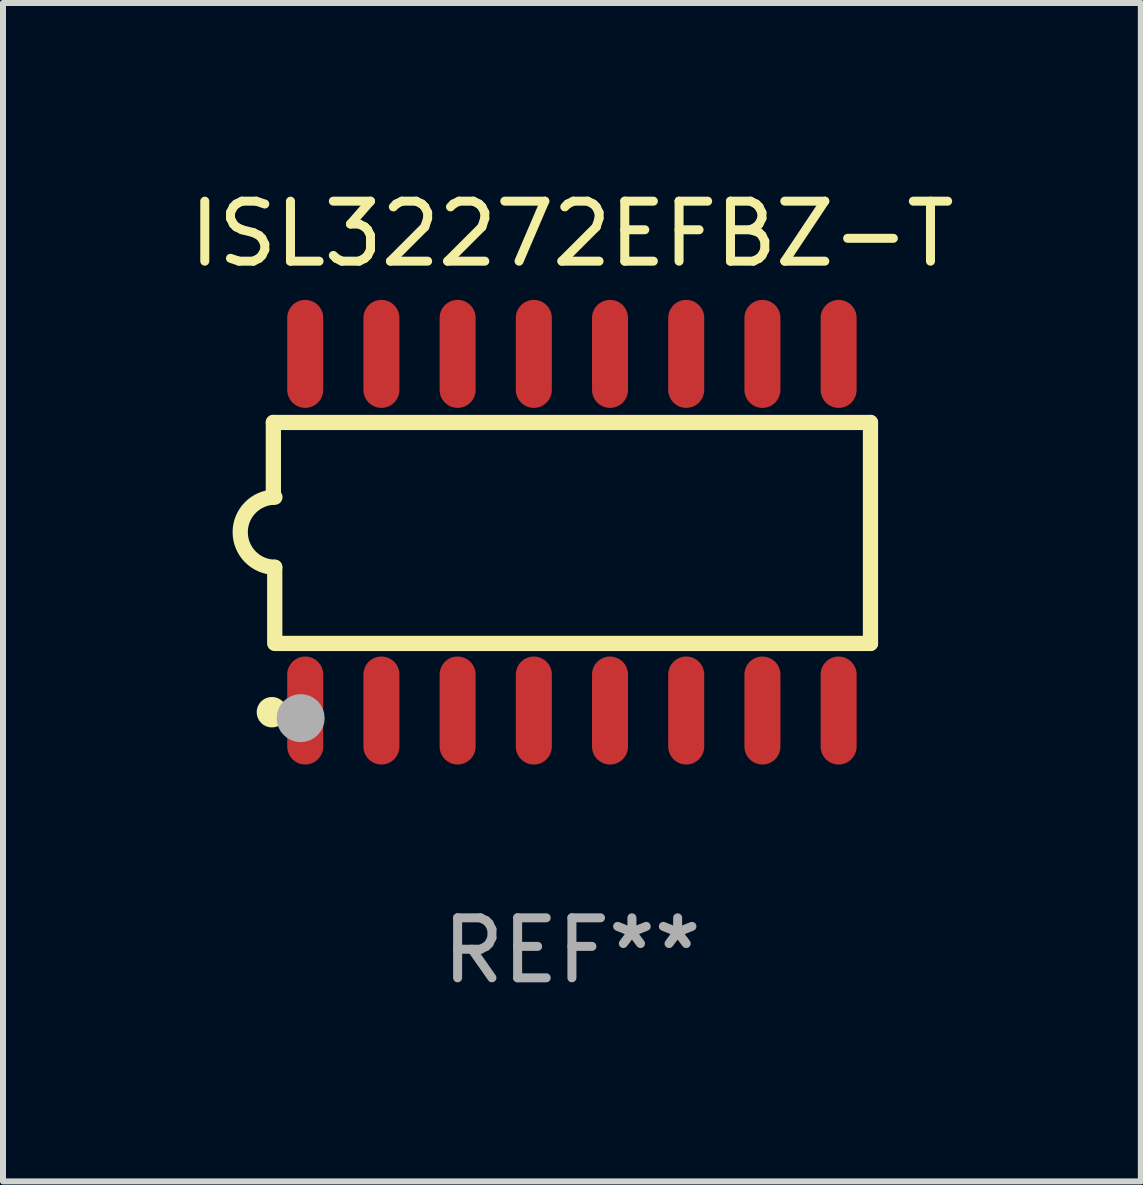
<source format=kicad_pcb>
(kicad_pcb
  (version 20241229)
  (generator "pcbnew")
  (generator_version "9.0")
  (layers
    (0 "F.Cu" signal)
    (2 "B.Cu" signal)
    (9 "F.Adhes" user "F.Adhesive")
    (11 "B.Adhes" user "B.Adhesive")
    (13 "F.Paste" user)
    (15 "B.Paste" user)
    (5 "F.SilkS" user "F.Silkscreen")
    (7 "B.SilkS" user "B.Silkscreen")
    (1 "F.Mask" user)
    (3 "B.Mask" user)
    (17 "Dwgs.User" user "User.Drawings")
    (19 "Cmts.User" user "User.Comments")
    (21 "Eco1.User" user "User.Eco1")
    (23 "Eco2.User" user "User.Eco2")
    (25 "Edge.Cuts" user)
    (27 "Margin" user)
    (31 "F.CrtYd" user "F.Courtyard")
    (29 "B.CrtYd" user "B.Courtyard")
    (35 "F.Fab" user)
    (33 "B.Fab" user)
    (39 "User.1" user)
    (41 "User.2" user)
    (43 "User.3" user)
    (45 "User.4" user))
  (footprint "ISL32272EFBZ-T"
    (layer "F.Cu")
    (at 6.482 5.82)
    (property "Reference" "ISL32272EFBZ-T" (at 0 -4.972 0) (layer "F.SilkS") (effects (font (size 1 1) (thickness 0.15))))
    (attr through_hole)
    (fp_line (start -4.976 -1.829) (end -4.976 -0.584) (stroke (width 0.254) (type solid)) (layer "F.SilkS"))
    (fp_line (start -4.953 0.584) (end -4.953 1.854) (stroke (width 0.254) (type solid)) (layer "F.SilkS"))
    (fp_line (start -4.928 1.854) (end 4.976 1.854) (stroke (width 0.254) (type solid)) (layer "F.SilkS"))
    (fp_line (start 4.976 -1.829) (end -4.976 -1.829) (stroke (width 0.254) (type solid)) (layer "F.SilkS"))
    (fp_line (start 4.976 1.854) (end 4.976 -1.829) (stroke (width 0.254) (type solid)) (layer "F.SilkS"))
    (fp_arc (start -4.95301 0.584201) (mid -5.533866 -0.00152) (end -4.950088 -0.584329) (stroke (width 0.254001) (type solid)) (layer "F.SilkS"))
    (fp_circle (center -5 3) (end -4.873 3) (stroke (width 0.254) (type solid)) (fill no) (layer "F.SilkS"))
    (fp_circle (center -4.521 3.099) (end -4.321 3.099) (stroke (width 0.4) (type solid)) (fill no) (layer "F.Fab"))
    (fp_text user "REF**" (at 0 6.972 0) (layer "F.Fab") (effects (font (size 1 1) (thickness 0.15))))
    (pad "1" smd oval (at -4.445 2.972 180) (size 0.6 1.8) (layers "F.Cu" "F.Mask" "F.Paste"))
    (pad "2" smd oval (at -3.175 2.972 180) (size 0.6 1.8) (layers "F.Cu" "F.Mask" "F.Paste"))
    (pad "3" smd oval (at -1.905 2.972 180) (size 0.6 1.8) (layers "F.Cu" "F.Mask" "F.Paste"))
    (pad "4" smd oval (at -0.635 2.972 180) (size 0.6 1.8) (layers "F.Cu" "F.Mask" "F.Paste"))
    (pad "5" smd oval (at 0.635 2.972 180) (size 0.6 1.8) (layers "F.Cu" "F.Mask" "F.Paste"))
    (pad "6" smd oval (at 1.905 2.972 180) (size 0.6 1.8) (layers "F.Cu" "F.Mask" "F.Paste"))
    (pad "7" smd oval (at 3.175 2.972 180) (size 0.6 1.8) (layers "F.Cu" "F.Mask" "F.Paste"))
    (pad "8" smd oval (at 4.445 2.972 180) (size 0.6 1.8) (layers "F.Cu" "F.Mask" "F.Paste"))
    (pad "9" smd oval (at 4.445 -2.972 180) (size 0.6 1.8) (layers "F.Cu" "F.Mask" "F.Paste"))
    (pad "10" smd oval (at 3.175 -2.972 180) (size 0.6 1.8) (layers "F.Cu" "F.Mask" "F.Paste"))
    (pad "11" smd oval (at 1.905 -2.972 180) (size 0.6 1.8) (layers "F.Cu" "F.Mask" "F.Paste"))
    (pad "12" smd oval (at 0.635 -2.972 180) (size 0.6 1.8) (layers "F.Cu" "F.Mask" "F.Paste"))
    (pad "13" smd oval (at -0.635 -2.972 180) (size 0.6 1.8) (layers "F.Cu" "F.Mask" "F.Paste"))
    (pad "14" smd oval (at -1.905 -2.972 180) (size 0.6 1.8) (layers "F.Cu" "F.Mask" "F.Paste"))
    (pad "15" smd oval (at -3.175 -2.972 180) (size 0.6 1.8) (layers "F.Cu" "F.Mask" "F.Paste"))
    (pad "16" smd oval (at -4.445 -2.972 180) (size 0.6 1.8) (layers "F.Cu" "F.Mask" "F.Paste")))
  (gr_rect
    (start -3 -3)
    (end 15.964 16.64)
    (stroke (width 0.1) (type default))
    (fill no)
    (layer "Edge.Cuts")))
</source>
